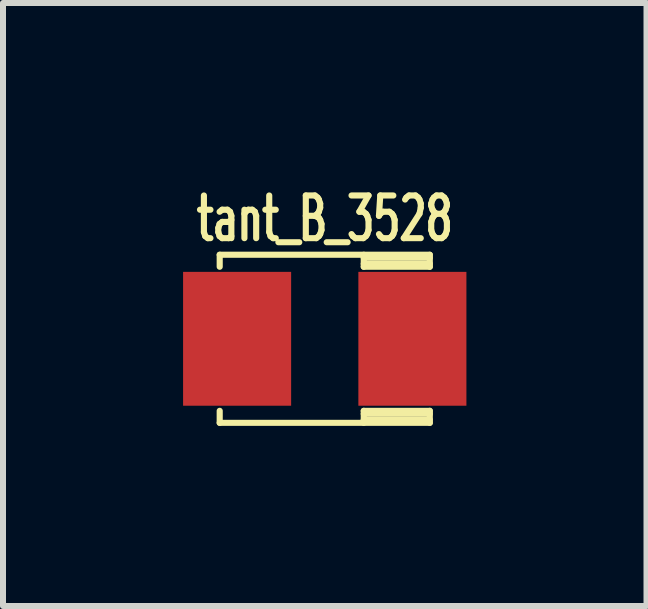
<source format=kicad_pcb>
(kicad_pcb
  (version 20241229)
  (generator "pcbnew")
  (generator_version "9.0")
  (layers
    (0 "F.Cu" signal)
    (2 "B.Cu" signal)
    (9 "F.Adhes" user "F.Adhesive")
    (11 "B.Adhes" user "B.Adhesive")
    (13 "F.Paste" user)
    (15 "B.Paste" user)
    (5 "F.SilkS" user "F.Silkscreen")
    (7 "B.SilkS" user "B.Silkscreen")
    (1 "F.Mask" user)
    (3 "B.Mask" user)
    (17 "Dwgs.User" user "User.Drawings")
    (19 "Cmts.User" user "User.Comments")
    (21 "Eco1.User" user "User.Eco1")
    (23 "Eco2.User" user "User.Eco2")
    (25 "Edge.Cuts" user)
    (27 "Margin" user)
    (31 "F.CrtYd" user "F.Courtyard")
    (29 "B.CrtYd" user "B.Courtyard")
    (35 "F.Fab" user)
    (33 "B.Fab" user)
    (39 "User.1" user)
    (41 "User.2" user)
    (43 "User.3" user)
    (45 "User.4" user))
  (footprint "tant_B_3528"
    (layer "F.Cu")
    (at 2.36 2.594)
    (property "Reference" "tant_B_3528" (at 0 -2 0) (layer "F.SilkS") (effects (font (size 0.711 0.457) (thickness 0.102))))
    (attr through_hole)
    (fp_line (start -1.75 -1.4) (end -1.75 -1.2) (stroke (width 0.102) (type solid)) (layer "F.SilkS"))
    (fp_line (start -1.75 -1.4) (end 1.75 -1.4) (stroke (width 0.102) (type solid)) (layer "F.SilkS"))
    (fp_line (start -1.75 1.4) (end -1.75 1.2) (stroke (width 0.102) (type solid)) (layer "F.SilkS"))
    (fp_line (start -1.75 1.4) (end 1.75 1.4) (stroke (width 0.102) (type solid)) (layer "F.SilkS"))
    (fp_line (start 0.65 -1.4) (end 0.65 -1.2) (stroke (width 0.102) (type solid)) (layer "F.SilkS"))
    (fp_line (start 0.65 -1.35) (end 1.75 -1.35) (stroke (width 0.102) (type solid)) (layer "F.SilkS"))
    (fp_line (start 0.65 -1.2) (end 1.75 -1.2) (stroke (width 0.102) (type solid)) (layer "F.SilkS"))
    (fp_line (start 0.65 1.2) (end 1.75 1.2) (stroke (width 0.102) (type solid)) (layer "F.SilkS"))
    (fp_line (start 0.65 1.35) (end 1.75 1.35) (stroke (width 0.102) (type solid)) (layer "F.SilkS"))
    (fp_line (start 0.65 1.4) (end 0.65 1.2) (stroke (width 0.102) (type solid)) (layer "F.SilkS"))
    (fp_line (start 1.75 -1.4) (end 1.75 -1.2) (stroke (width 0.102) (type solid)) (layer "F.SilkS"))
    (fp_line (start 1.75 -1.25) (end 0.65 -1.25) (stroke (width 0.102) (type solid)) (layer "F.SilkS"))
    (fp_line (start 1.75 1.2) (end 1.75 1.4) (stroke (width 0.102) (type solid)) (layer "F.SilkS"))
    (fp_line (start 1.75 1.25) (end 0.65 1.25) (stroke (width 0.102) (type solid)) (layer "F.SilkS"))
    (pad "1" smd rect (at 1.46 0) (size 1.8 2.23) (layers "F.Cu" "F.Mask" "F.Paste"))
    (pad "2" smd rect (at -1.46 0) (size 1.8 2.23) (layers "F.Cu" "F.Mask" "F.Paste")))
  (gr_rect
    (start -3 -3)
    (end 7.72 7.045)
    (stroke (width 0.1) (type default))
    (fill no)
    (layer "Edge.Cuts")))
</source>
